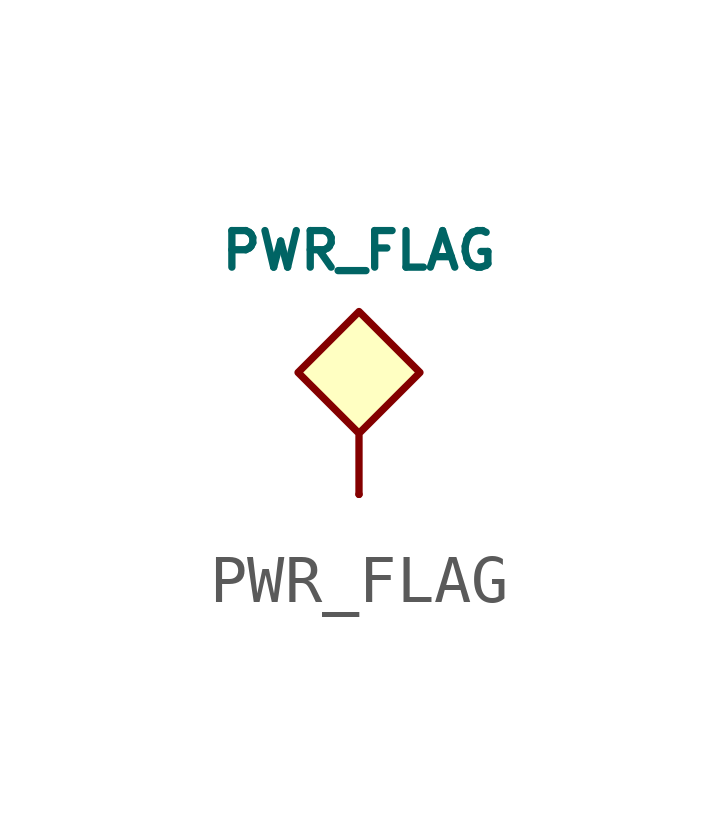
<source format=kicad_sym>
(kicad_symbol_lib
  (version 20231120)
  (generator "kicad_symbol_editor")
  (generator_version "8.0")
  (symbol "PWR_FLAG"
    (power)
    (pin_numbers hide)
    (pin_names
      (offset 0) hide)
    (property "Reference" "#FLG"
      (at 0 -2.54 0)
      (effects (font (size 1.524 1.524)) (hide yes)))
    (property "Value" "PWR_FLAG"
      (at 0 5.08 0)
      (effects (font (size 0.762 0.762))))
    (property "Footprint" ""
      (at 0 0 0)
      (effects (font (size 1.524 1.524))))
    (property "Datasheet" ""
      (at 0 0 0)
      (effects (font (size 1.524 1.524))))
    (symbol "PWR_FLAG_0_0"
      (pin power_out line (at 0 0 90) (length 0) (name "pwr" (effects (font (size 1.27 1.27)))) (number "1" (effects (font (size 1.27 1.27))))))
    (symbol "PWR_FLAG_0_1"
      (polyline (pts (xy 0 0) (xy 0 1.27) (xy -1.27 2.54) (xy 0 3.81) (xy 1.27 2.54) (xy 0 1.27)) (stroke (width 0) (type default)) (fill (type background))))))
</source>
